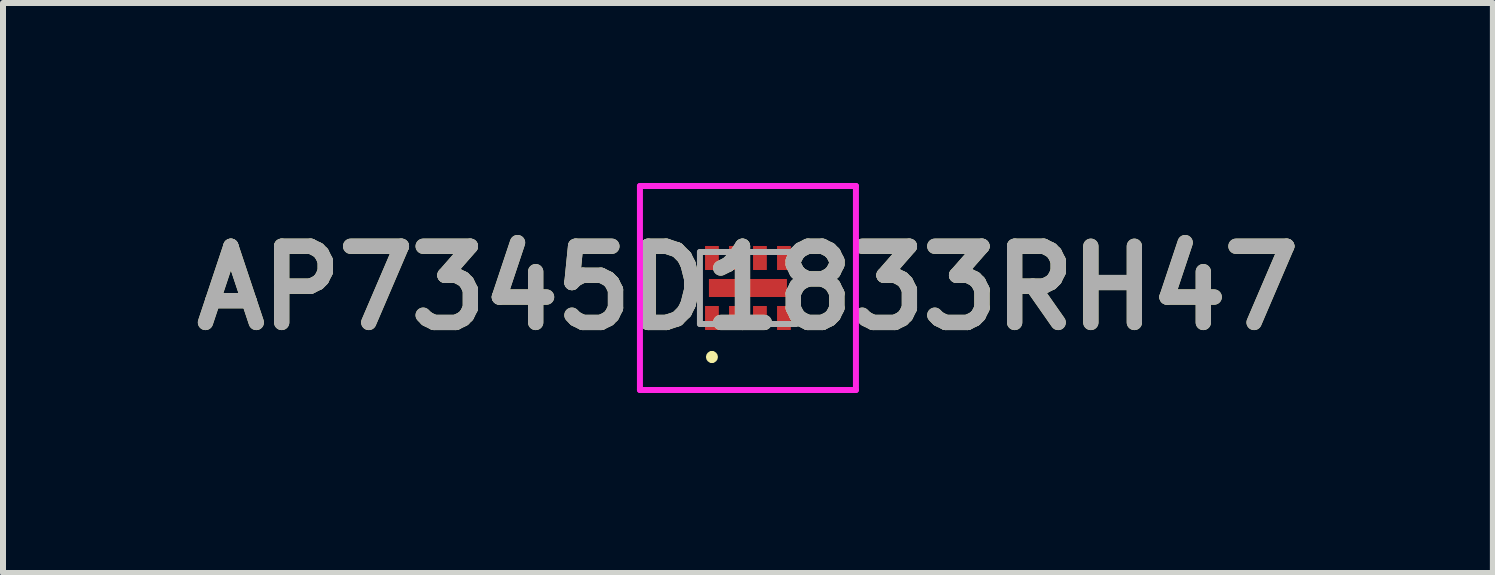
<source format=kicad_pcb>
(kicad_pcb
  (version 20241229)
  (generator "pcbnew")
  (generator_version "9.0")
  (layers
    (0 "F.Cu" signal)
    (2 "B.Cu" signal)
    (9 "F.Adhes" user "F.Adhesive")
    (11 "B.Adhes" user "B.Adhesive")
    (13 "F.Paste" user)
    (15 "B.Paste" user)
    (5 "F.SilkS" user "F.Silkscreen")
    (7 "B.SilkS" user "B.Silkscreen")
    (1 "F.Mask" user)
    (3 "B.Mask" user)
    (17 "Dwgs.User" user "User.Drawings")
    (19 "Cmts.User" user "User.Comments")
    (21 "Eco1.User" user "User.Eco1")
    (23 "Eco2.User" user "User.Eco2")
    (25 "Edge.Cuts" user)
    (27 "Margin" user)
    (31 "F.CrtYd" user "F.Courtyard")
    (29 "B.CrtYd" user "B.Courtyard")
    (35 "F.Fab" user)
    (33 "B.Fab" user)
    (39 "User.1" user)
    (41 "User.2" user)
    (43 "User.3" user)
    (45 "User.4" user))
  (footprint "AP7345D1833RH47"
    (layer "F.Cu")
    (at 9.416 1.75)
    (property "Reference" "AP7345D1833RH47" (at 0 0 0) (layer "F.SilkS") (effects (font (size 1.27 1.27) (thickness 0.254))))
    (attr smd)
    (fp_line (start -0.6 1.1) (end -0.6 1.1) (stroke (width 0.1) (type solid)) (layer "F.SilkS"))
    (fp_line (start -0.6 1.2) (end -0.6 1.2) (stroke (width 0.1) (type solid)) (layer "F.SilkS"))
    (fp_arc (start -0.6 1.1) (mid -0.55 1.15) (end -0.6 1.2) (stroke (width 0.1) (type solid)) (layer "F.SilkS"))
    (fp_arc (start -0.6 1.2) (mid -0.65 1.15) (end -0.6 1.1) (stroke (width 0.1) (type solid)) (layer "F.SilkS"))
    (fp_line (start -1.8 -1.7) (end 1.8 -1.7) (stroke (width 0.1) (type solid)) (layer "F.CrtYd"))
    (fp_line (start -1.8 1.7) (end -1.8 -1.7) (stroke (width 0.1) (type solid)) (layer "F.CrtYd"))
    (fp_line (start 1.8 -1.7) (end 1.8 1.7) (stroke (width 0.1) (type solid)) (layer "F.CrtYd"))
    (fp_line (start 1.8 1.7) (end -1.8 1.7) (stroke (width 0.1) (type solid)) (layer "F.CrtYd"))
    (fp_line (start -0.8 -0.6) (end 0.8 -0.6) (stroke (width 0.1) (type solid)) (layer "F.Fab"))
    (fp_line (start -0.8 0.6) (end -0.8 -0.6) (stroke (width 0.1) (type solid)) (layer "F.Fab"))
    (fp_line (start 0.8 -0.6) (end 0.8 0.6) (stroke (width 0.1) (type solid)) (layer "F.Fab"))
    (fp_line (start 0.8 0.6) (end -0.8 0.6) (stroke (width 0.1) (type solid)) (layer "F.Fab"))
    (fp_text user "${REFERENCE}" (at 0 0 0) (layer "F.Fab") (effects (font (size 1.27 1.27) (thickness 0.254))))
    (pad "1" smd rect (at -0.6 0.5) (size 0.23 0.4) (layers "F.Cu" "F.Mask" "F.Paste"))
    (pad "2" smd rect (at -0.2 0.5) (size 0.23 0.4) (layers "F.Cu" "F.Mask" "F.Paste"))
    (pad "3" smd rect (at 0.2 0.5) (size 0.23 0.4) (layers "F.Cu" "F.Mask" "F.Paste"))
    (pad "4" smd rect (at 0.6 0.5) (size 0.23 0.4) (layers "F.Cu" "F.Mask" "F.Paste"))
    (pad "5" smd rect (at 0.6 -0.5) (size 0.23 0.4) (layers "F.Cu" "F.Mask" "F.Paste"))
    (pad "6" smd rect (at 0.2 -0.5) (size 0.23 0.4) (layers "F.Cu" "F.Mask" "F.Paste"))
    (pad "7" smd rect (at -0.2 -0.5) (size 0.23 0.4) (layers "F.Cu" "F.Mask" "F.Paste"))
    (pad "8" smd rect (at -0.6 -0.5) (size 0.23 0.4) (layers "F.Cu" "F.Mask" "F.Paste"))
    (pad "9" smd rect (at 0 0 90) (size 0.3 1.3) (layers "F.Cu" "F.Mask" "F.Paste")))
  (gr_rect
    (start -3 -3)
    (end 21.832 6.5)
    (stroke (width 0.1) (type default))
    (fill no)
    (layer "Edge.Cuts")))
</source>
